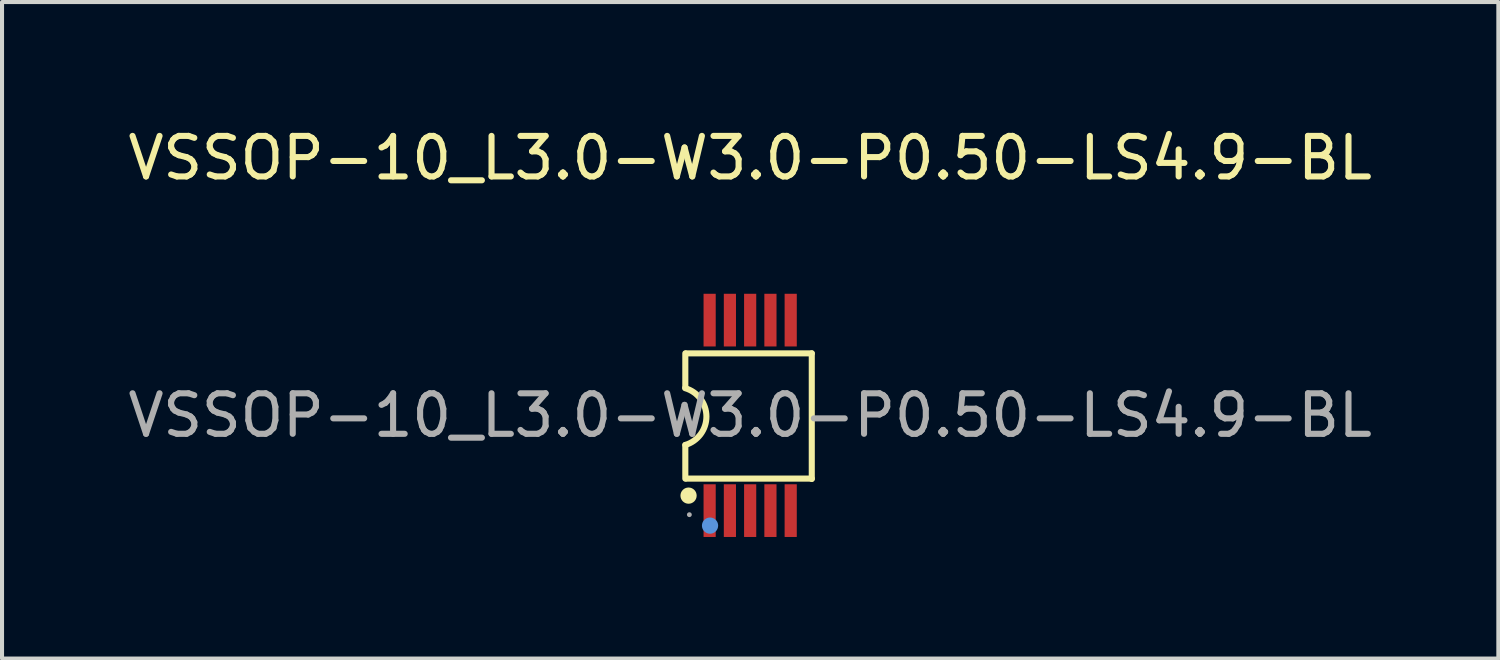
<source format=kicad_pcb>
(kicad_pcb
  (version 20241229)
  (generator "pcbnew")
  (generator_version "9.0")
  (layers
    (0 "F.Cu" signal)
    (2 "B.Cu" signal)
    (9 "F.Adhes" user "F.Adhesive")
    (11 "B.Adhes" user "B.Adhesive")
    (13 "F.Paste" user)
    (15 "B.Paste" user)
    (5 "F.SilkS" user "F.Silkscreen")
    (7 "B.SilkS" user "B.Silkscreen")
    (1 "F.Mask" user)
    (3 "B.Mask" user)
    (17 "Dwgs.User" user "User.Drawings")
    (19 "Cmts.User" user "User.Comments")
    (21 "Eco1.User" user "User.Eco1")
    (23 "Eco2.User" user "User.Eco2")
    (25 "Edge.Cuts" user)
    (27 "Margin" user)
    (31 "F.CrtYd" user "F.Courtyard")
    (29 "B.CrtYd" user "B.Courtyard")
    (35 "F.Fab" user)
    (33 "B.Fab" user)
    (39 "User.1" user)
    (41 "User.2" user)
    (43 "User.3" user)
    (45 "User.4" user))
  (footprint "VSSOP-10_L3.0-W3.0-P0.50-LS4.9-BL"
    (layer "F.Cu")
    (at 15.458 7.198)
    (property "Reference" "VSSOP-10_L3.0-W3.0-P0.50-LS4.9-BL" (at 0 -6.35 0) (layer "F.SilkS") (effects (font (size 1 1) (thickness 0.15))))
    (attr smd)
    (fp_line (start -1.6 -1.53) (end -1.6 -0.7) (stroke (width 0.15) (type solid)) (layer "F.SilkS"))
    (fp_line (start -1.6 0.73) (end -1.6 1.56) (stroke (width 0.15) (type solid)) (layer "F.SilkS"))
    (fp_line (start -1.58 -1.53) (end 1.52 -1.53) (stroke (width 0.15) (type solid)) (layer "F.SilkS"))
    (fp_line (start -1.58 1.56) (end 1.52 1.56) (stroke (width 0.15) (type solid)) (layer "F.SilkS"))
    (fp_line (start 1.52 1.57) (end 1.52 -1.53) (stroke (width 0.15) (type solid)) (layer "F.SilkS"))
    (fp_arc (start -1.605241 -0.671551) (mid -1.079184 0.027267) (end -1.6 0.73) (stroke (width 0.15) (type solid)) (layer "F.SilkS"))
    (fp_circle (center -1.52 1.98) (end -1.42 1.98) (stroke (width 0.2) (type solid)) (fill no) (layer "F.SilkS"))
    (fp_circle (center -0.99 2.72) (end -0.89 2.72) (stroke (width 0.2) (type solid)) (fill no) (layer "Cmts.User"))
    (fp_circle (center -1.5 2.45) (end -1.47 2.45) (stroke (width 0.06) (type solid)) (fill no) (layer "F.Fab"))
    (fp_text user "${REFERENCE}" (at 0 0 0) (layer "F.Fab") (effects (font (size 1 1) (thickness 0.15))))
    (pad "1" smd rect (at -1 2.35) (size 0.3 1.3) (layers "F.Cu" "F.Mask" "F.Paste"))
    (pad "2" smd rect (at -0.5 2.35) (size 0.3 1.3) (layers "F.Cu" "F.Mask" "F.Paste"))
    (pad "3" smd rect (at 0 2.35) (size 0.3 1.3) (layers "F.Cu" "F.Mask" "F.Paste"))
    (pad "4" smd rect (at 0.5 2.35) (size 0.3 1.3) (layers "F.Cu" "F.Mask" "F.Paste"))
    (pad "5" smd rect (at 1 2.35) (size 0.3 1.3) (layers "F.Cu" "F.Mask" "F.Paste"))
    (pad "6" smd rect (at 1 -2.35) (size 0.3 1.3) (layers "F.Cu" "F.Mask" "F.Paste"))
    (pad "7" smd rect (at 0.5 -2.35) (size 0.3 1.3) (layers "F.Cu" "F.Mask" "F.Paste"))
    (pad "8" smd rect (at 0 -2.35) (size 0.3 1.3) (layers "F.Cu" "F.Mask" "F.Paste"))
    (pad "9" smd rect (at -0.5 -2.35) (size 0.3 1.3) (layers "F.Cu" "F.Mask" "F.Paste"))
    (pad "10" smd rect (at -1 -2.35) (size 0.3 1.3) (layers "F.Cu" "F.Mask" "F.Paste")))
  (gr_rect
    (start -3 -3)
    (end 33.917 13.198)
    (stroke (width 0.1) (type default))
    (fill no)
    (layer "Edge.Cuts")))
</source>
